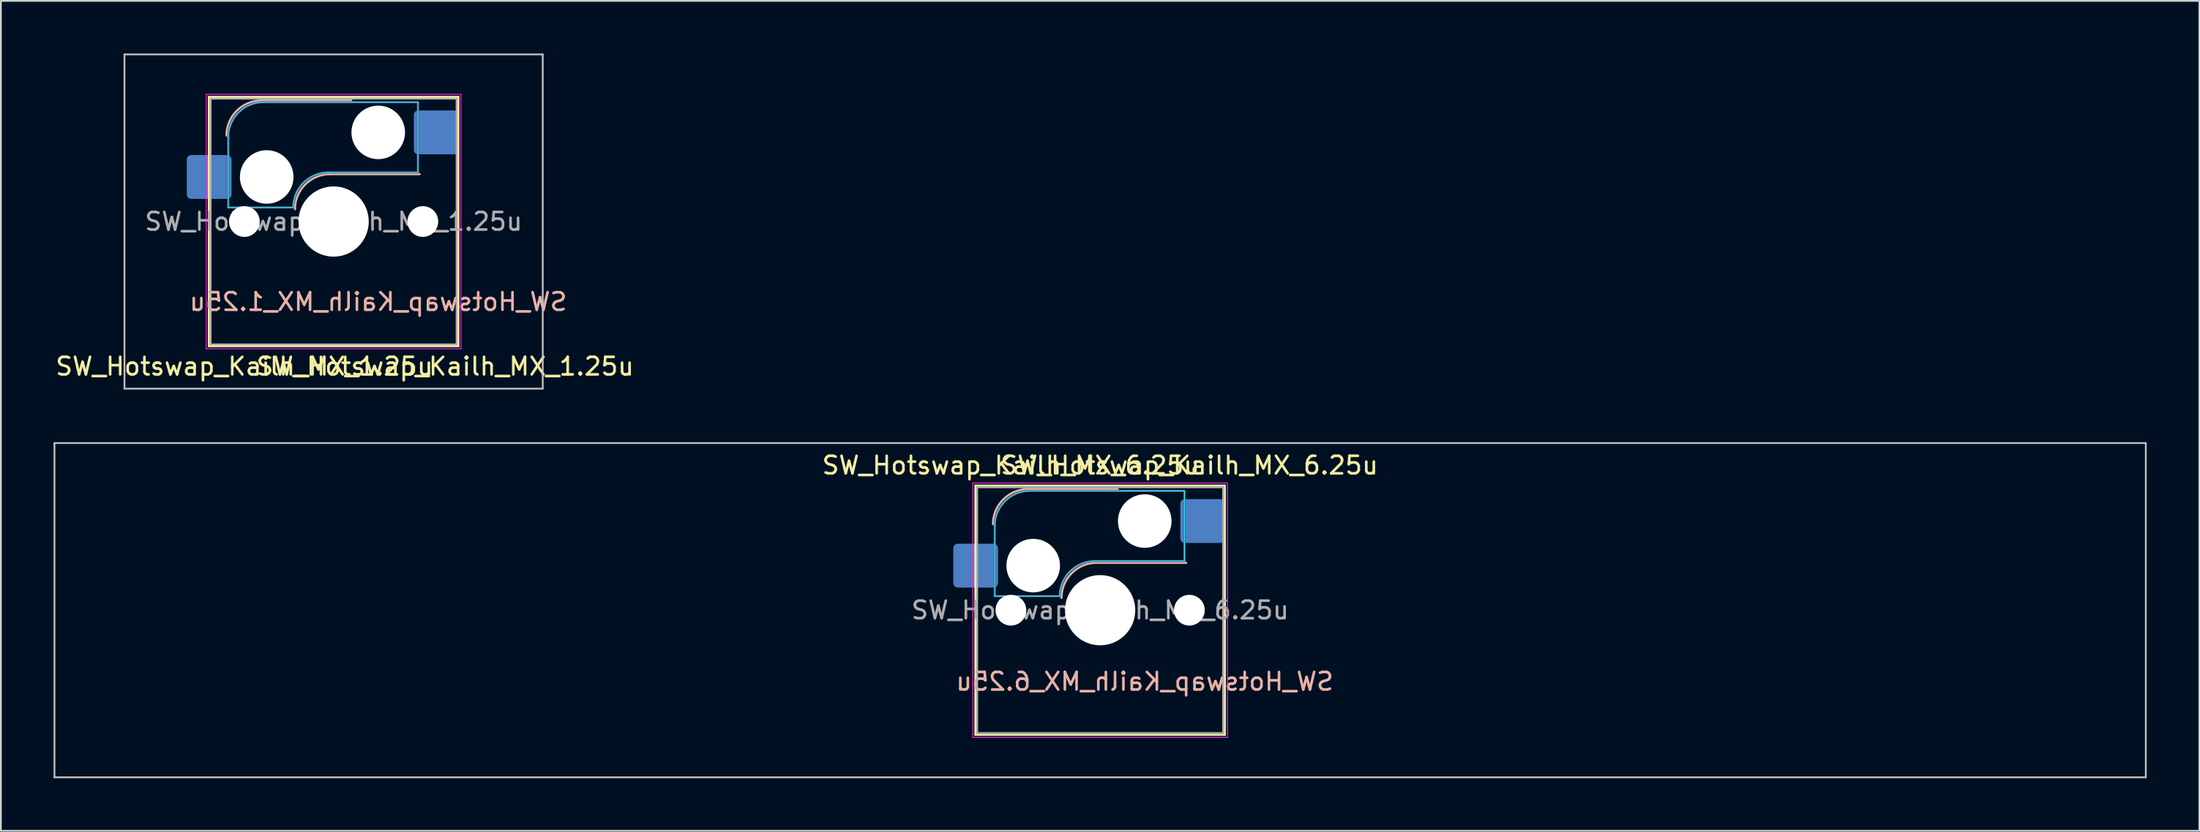
<source format=kicad_pcb>
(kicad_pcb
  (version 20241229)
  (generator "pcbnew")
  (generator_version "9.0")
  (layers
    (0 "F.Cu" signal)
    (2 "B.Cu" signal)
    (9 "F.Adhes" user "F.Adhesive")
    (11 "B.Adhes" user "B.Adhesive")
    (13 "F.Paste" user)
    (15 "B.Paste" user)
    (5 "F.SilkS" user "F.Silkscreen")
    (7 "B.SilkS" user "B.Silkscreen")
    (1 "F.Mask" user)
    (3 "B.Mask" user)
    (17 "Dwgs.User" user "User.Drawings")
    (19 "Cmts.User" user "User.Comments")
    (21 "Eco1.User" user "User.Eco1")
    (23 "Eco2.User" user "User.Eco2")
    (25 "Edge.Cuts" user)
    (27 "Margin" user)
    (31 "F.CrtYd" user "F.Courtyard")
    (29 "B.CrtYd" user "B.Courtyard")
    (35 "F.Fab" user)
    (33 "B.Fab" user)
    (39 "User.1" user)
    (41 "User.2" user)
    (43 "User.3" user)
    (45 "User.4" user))
  (footprint "SW_Hotswap_Kailh_MX_6.25u"
    (layer "F.Cu")
    (at 59.581 31.725)
    (property "Reference" "SW_Hotswap_Kailh_MX_6.25u" (at -5.08 -8.255 0) (layer "F.SilkS") (effects (font (size 1 1) (thickness 0.15))))
    (property "Value" "SW_Hotswap_Kailh_MX_6.25u" (at -2.54 4.064 0) (layer "B.SilkS") (hide yes) (effects (font (size 1 1) (thickness 0.15)) (justify mirror)))
    (attr smd)
    (fp_line (start -7.1 -7.1) (end -7.1 7.1) (stroke (width 0.12) (type solid)) (layer "F.SilkS"))
    (fp_line (start -7.1 7.1) (end 7.1 7.1) (stroke (width 0.12) (type solid)) (layer "F.SilkS"))
    (fp_line (start 7.1 -7.1) (end -7.1 -7.1) (stroke (width 0.12) (type solid)) (layer "F.SilkS"))
    (fp_line (start 7.1 7.1) (end 7.1 -7.1) (stroke (width 0.12) (type solid)) (layer "F.SilkS"))
    (fp_line (start -4.1 -6.9) (end 1 -6.9) (stroke (width 0.12) (type solid)) (layer "B.SilkS"))
    (fp_line (start -0.2 -2.7) (end 4.9 -2.7) (stroke (width 0.12) (type solid)) (layer "B.SilkS"))
    (fp_arc (start -6.1 -4.9) (mid -5.514214 -6.314214) (end -4.1 -6.9) (stroke (width 0.12) (type solid)) (layer "B.SilkS"))
    (fp_arc (start -2.2 -0.7) (mid -1.614214 -2.114214) (end -0.2 -2.7) (stroke (width 0.12) (type solid)) (layer "B.SilkS"))
    (fp_line (start -59.531 -9.525) (end -59.531 9.525) (stroke (width 0.1) (type solid)) (layer "Dwgs.User"))
    (fp_line (start -59.531 9.525) (end 59.531 9.525) (stroke (width 0.1) (type solid)) (layer "Dwgs.User"))
    (fp_line (start 59.531 -9.525) (end -59.531 -9.525) (stroke (width 0.1) (type solid)) (layer "Dwgs.User"))
    (fp_line (start 59.531 9.525) (end 59.531 -9.525) (stroke (width 0.1) (type solid)) (layer "Dwgs.User"))
    (fp_line (start -7.8 -6) (end -7 -6) (stroke (width 0.1) (type solid)) (layer "Eco1.User"))
    (fp_line (start -7.8 -2.9) (end -7.8 -6) (stroke (width 0.1) (type solid)) (layer "Eco1.User"))
    (fp_line (start -7.8 2.9) (end -7 2.9) (stroke (width 0.1) (type solid)) (layer "Eco1.User"))
    (fp_line (start -7.8 6) (end -7.8 2.9) (stroke (width 0.1) (type solid)) (layer "Eco1.User"))
    (fp_line (start -7 -7) (end 7 -7) (stroke (width 0.1) (type solid)) (layer "Eco1.User"))
    (fp_line (start -7 -6) (end -7 -7) (stroke (width 0.1) (type solid)) (layer "Eco1.User"))
    (fp_line (start -7 -2.9) (end -7.8 -2.9) (stroke (width 0.1) (type solid)) (layer "Eco1.User"))
    (fp_line (start -7 2.9) (end -7 -2.9) (stroke (width 0.1) (type solid)) (layer "Eco1.User"))
    (fp_line (start -7 6) (end -7.8 6) (stroke (width 0.1) (type solid)) (layer "Eco1.User"))
    (fp_line (start -7 7) (end -7 6) (stroke (width 0.1) (type solid)) (layer "Eco1.User"))
    (fp_line (start 7 -7) (end 7 -6) (stroke (width 0.1) (type solid)) (layer "Eco1.User"))
    (fp_line (start 7 -6) (end 7.8 -6) (stroke (width 0.1) (type solid)) (layer "Eco1.User"))
    (fp_line (start 7 -2.9) (end 7 2.9) (stroke (width 0.1) (type solid)) (layer "Eco1.User"))
    (fp_line (start 7 2.9) (end 7.8 2.9) (stroke (width 0.1) (type solid)) (layer "Eco1.User"))
    (fp_line (start 7 6) (end 7 7) (stroke (width 0.1) (type solid)) (layer "Eco1.User"))
    (fp_line (start 7 7) (end -7 7) (stroke (width 0.1) (type solid)) (layer "Eco1.User"))
    (fp_line (start 7.8 -6) (end 7.8 -2.9) (stroke (width 0.1) (type solid)) (layer "Eco1.User"))
    (fp_line (start 7.8 -2.9) (end 7 -2.9) (stroke (width 0.1) (type solid)) (layer "Eco1.User"))
    (fp_line (start 7.8 2.9) (end 7.8 6) (stroke (width 0.1) (type solid)) (layer "Eco1.User"))
    (fp_line (start 7.8 6) (end 7 6) (stroke (width 0.1) (type solid)) (layer "Eco1.User"))
    (fp_line (start -6 -0.8) (end -6 -4.8) (stroke (width 0.05) (type solid)) (layer "B.CrtYd"))
    (fp_line (start -6 -0.8) (end -2.3 -0.8) (stroke (width 0.05) (type solid)) (layer "B.CrtYd"))
    (fp_line (start -4 -6.8) (end 4.8 -6.8) (stroke (width 0.05) (type solid)) (layer "B.CrtYd"))
    (fp_line (start -0.3 -2.8) (end 4.8 -2.8) (stroke (width 0.05) (type solid)) (layer "B.CrtYd"))
    (fp_line (start 4.8 -6.8) (end 4.8 -2.8) (stroke (width 0.05) (type solid)) (layer "B.CrtYd"))
    (fp_arc (start -6 -4.8) (mid -5.414214 -6.214214) (end -4 -6.8) (stroke (width 0.05) (type solid)) (layer "B.CrtYd"))
    (fp_arc (start -2.3 -0.8) (mid -1.714214 -2.214214) (end -0.3 -2.8) (stroke (width 0.05) (type solid)) (layer "B.CrtYd"))
    (fp_line (start -7.25 -7.25) (end -7.25 7.25) (stroke (width 0.05) (type solid)) (layer "F.CrtYd"))
    (fp_line (start -7.25 7.25) (end 7.25 7.25) (stroke (width 0.05) (type solid)) (layer "F.CrtYd"))
    (fp_line (start 7.25 -7.25) (end -7.25 -7.25) (stroke (width 0.05) (type solid)) (layer "F.CrtYd"))
    (fp_line (start 7.25 7.25) (end 7.25 -7.25) (stroke (width 0.05) (type solid)) (layer "F.CrtYd"))
    (fp_line (start -6 -0.8) (end -6 -4.8) (stroke (width 0.12) (type solid)) (layer "B.Fab"))
    (fp_line (start -6 -0.8) (end -2.3 -0.8) (stroke (width 0.12) (type solid)) (layer "B.Fab"))
    (fp_line (start -4 -6.8) (end 4.8 -6.8) (stroke (width 0.12) (type solid)) (layer "B.Fab"))
    (fp_line (start -0.3 -2.8) (end 4.8 -2.8) (stroke (width 0.12) (type solid)) (layer "B.Fab"))
    (fp_line (start 4.8 -6.8) (end 4.8 -2.8) (stroke (width 0.12) (type solid)) (layer "B.Fab"))
    (fp_arc (start -6 -4.8) (mid -5.414214 -6.214214) (end -4 -6.8) (stroke (width 0.12) (type solid)) (layer "B.Fab"))
    (fp_arc (start -2.3 -0.8) (mid -1.714214 -2.214214) (end -0.3 -2.8) (stroke (width 0.12) (type solid)) (layer "B.Fab"))
    (fp_line (start -7 -7) (end -7 7) (stroke (width 0.1) (type solid)) (layer "F.Fab"))
    (fp_line (start -7 7) (end 7 7) (stroke (width 0.1) (type solid)) (layer "F.Fab"))
    (fp_line (start 7 -7) (end -7 -7) (stroke (width 0.1) (type solid)) (layer "F.Fab"))
    (fp_line (start 7 7) (end 7 -7) (stroke (width 0.1) (type solid)) (layer "F.Fab"))
    (fp_text user "${VALUE}" (at 5.08 -8.255 0) (layer "F.SilkS") (effects (font (size 1 1) (thickness 0.15))))
    (fp_text user "${REFERENCE}" (at 2.54 4.064 0) (layer "B.SilkS") (effects (font (size 1 1) (thickness 0.15)) (justify mirror)))
    (fp_text user "${REFERENCE}" (at 0 0 0) (layer "F.Fab") (effects (font (size 1 1) (thickness 0.15))))
    (pad "" np_thru_hole circle (at -5.08 0) (size 1.75 1.75) (drill 1.75) (layers "*.Cu" "*.Mask"))
    (pad "" np_thru_hole circle (at -3.81 -2.54) (size 3.05 3.05) (drill 3.05) (layers "*.Cu" "*.Mask"))
    (pad "" np_thru_hole circle (at 0 0) (size 4 4) (drill 4) (layers "*.Cu" "*.Mask"))
    (pad "" np_thru_hole circle (at 2.54 -5.08) (size 3.05 3.05) (drill 3.05) (layers "*.Cu" "*.Mask"))
    (pad "" np_thru_hole circle (at 5.08 0) (size 1.75 1.75) (drill 1.75) (layers "*.Cu" "*.Mask"))
    (pad "1" smd roundrect (at -7.085 -2.54) (size 2.55 2.5) (layers "B.Cu" "B.Mask" "B.Paste") (roundrect_rratio 0.1))
    (pad "2" smd roundrect (at 5.842 -5.08) (size 2.55 2.5) (layers "B.Cu" "B.Mask" "B.Paste") (roundrect_rratio 0.1)))
  (footprint "SW_Hotswap_Kailh_MX_1.25u"
    (layer "F.Cu")
    (at 15.943 9.575)
    (property "Reference" "SW_Hotswap_Kailh_MX_1.25u" (at -5.08 8.255 0) (layer "F.SilkS") (effects (font (size 1 1) (thickness 0.15))))
    (property "Value" "SW_Hotswap_Kailh_MX_1.25u" (at -2.54 4.572 0) (layer "B.SilkS") (hide yes) (effects (font (size 1 1) (thickness 0.15)) (justify mirror)))
    (attr smd)
    (fp_line (start -7.1 -7.1) (end -7.1 7.1) (stroke (width 0.12) (type solid)) (layer "F.SilkS"))
    (fp_line (start -7.1 7.1) (end 7.1 7.1) (stroke (width 0.12) (type solid)) (layer "F.SilkS"))
    (fp_line (start 7.1 -7.1) (end -7.1 -7.1) (stroke (width 0.12) (type solid)) (layer "F.SilkS"))
    (fp_line (start 7.1 7.1) (end 7.1 -7.1) (stroke (width 0.12) (type solid)) (layer "F.SilkS"))
    (fp_line (start -4.1 -6.9) (end 1 -6.9) (stroke (width 0.12) (type solid)) (layer "B.SilkS"))
    (fp_line (start -0.2 -2.7) (end 4.9 -2.7) (stroke (width 0.12) (type solid)) (layer "B.SilkS"))
    (fp_arc (start -6.1 -4.9) (mid -5.514214 -6.314214) (end -4.1 -6.9) (stroke (width 0.12) (type solid)) (layer "B.SilkS"))
    (fp_arc (start -2.2 -0.7) (mid -1.614214 -2.114214) (end -0.2 -2.7) (stroke (width 0.12) (type solid)) (layer "B.SilkS"))
    (fp_line (start -11.906 -9.525) (end -11.906 9.525) (stroke (width 0.1) (type solid)) (layer "Dwgs.User"))
    (fp_line (start -11.906 9.525) (end 11.906 9.525) (stroke (width 0.1) (type solid)) (layer "Dwgs.User"))
    (fp_line (start 11.906 -9.525) (end -11.906 -9.525) (stroke (width 0.1) (type solid)) (layer "Dwgs.User"))
    (fp_line (start 11.906 9.525) (end 11.906 -9.525) (stroke (width 0.1) (type solid)) (layer "Dwgs.User"))
    (fp_line (start -7.8 -6) (end -7 -6) (stroke (width 0.1) (type solid)) (layer "Eco1.User"))
    (fp_line (start -7.8 -2.9) (end -7.8 -6) (stroke (width 0.1) (type solid)) (layer "Eco1.User"))
    (fp_line (start -7.8 2.9) (end -7 2.9) (stroke (width 0.1) (type solid)) (layer "Eco1.User"))
    (fp_line (start -7.8 6) (end -7.8 2.9) (stroke (width 0.1) (type solid)) (layer "Eco1.User"))
    (fp_line (start -7 -7) (end 7 -7) (stroke (width 0.1) (type solid)) (layer "Eco1.User"))
    (fp_line (start -7 -6) (end -7 -7) (stroke (width 0.1) (type solid)) (layer "Eco1.User"))
    (fp_line (start -7 -2.9) (end -7.8 -2.9) (stroke (width 0.1) (type solid)) (layer "Eco1.User"))
    (fp_line (start -7 2.9) (end -7 -2.9) (stroke (width 0.1) (type solid)) (layer "Eco1.User"))
    (fp_line (start -7 6) (end -7.8 6) (stroke (width 0.1) (type solid)) (layer "Eco1.User"))
    (fp_line (start -7 7) (end -7 6) (stroke (width 0.1) (type solid)) (layer "Eco1.User"))
    (fp_line (start 7 -7) (end 7 -6) (stroke (width 0.1) (type solid)) (layer "Eco1.User"))
    (fp_line (start 7 -6) (end 7.8 -6) (stroke (width 0.1) (type solid)) (layer "Eco1.User"))
    (fp_line (start 7 -2.9) (end 7 2.9) (stroke (width 0.1) (type solid)) (layer "Eco1.User"))
    (fp_line (start 7 2.9) (end 7.8 2.9) (stroke (width 0.1) (type solid)) (layer "Eco1.User"))
    (fp_line (start 7 6) (end 7 7) (stroke (width 0.1) (type solid)) (layer "Eco1.User"))
    (fp_line (start 7 7) (end -7 7) (stroke (width 0.1) (type solid)) (layer "Eco1.User"))
    (fp_line (start 7.8 -6) (end 7.8 -2.9) (stroke (width 0.1) (type solid)) (layer "Eco1.User"))
    (fp_line (start 7.8 -2.9) (end 7 -2.9) (stroke (width 0.1) (type solid)) (layer "Eco1.User"))
    (fp_line (start 7.8 2.9) (end 7.8 6) (stroke (width 0.1) (type solid)) (layer "Eco1.User"))
    (fp_line (start 7.8 6) (end 7 6) (stroke (width 0.1) (type solid)) (layer "Eco1.User"))
    (fp_line (start -6 -0.8) (end -6 -4.8) (stroke (width 0.05) (type solid)) (layer "B.CrtYd"))
    (fp_line (start -6 -0.8) (end -2.3 -0.8) (stroke (width 0.05) (type solid)) (layer "B.CrtYd"))
    (fp_line (start -4 -6.8) (end 4.8 -6.8) (stroke (width 0.05) (type solid)) (layer "B.CrtYd"))
    (fp_line (start -0.3 -2.8) (end 4.8 -2.8) (stroke (width 0.05) (type solid)) (layer "B.CrtYd"))
    (fp_line (start 4.8 -6.8) (end 4.8 -2.8) (stroke (width 0.05) (type solid)) (layer "B.CrtYd"))
    (fp_arc (start -6 -4.8) (mid -5.414214 -6.214214) (end -4 -6.8) (stroke (width 0.05) (type solid)) (layer "B.CrtYd"))
    (fp_arc (start -2.3 -0.8) (mid -1.714214 -2.214214) (end -0.3 -2.8) (stroke (width 0.05) (type solid)) (layer "B.CrtYd"))
    (fp_line (start -7.25 -7.25) (end -7.25 7.25) (stroke (width 0.05) (type solid)) (layer "F.CrtYd"))
    (fp_line (start -7.25 7.25) (end 7.25 7.25) (stroke (width 0.05) (type solid)) (layer "F.CrtYd"))
    (fp_line (start 7.25 -7.25) (end -7.25 -7.25) (stroke (width 0.05) (type solid)) (layer "F.CrtYd"))
    (fp_line (start 7.25 7.25) (end 7.25 -7.25) (stroke (width 0.05) (type solid)) (layer "F.CrtYd"))
    (fp_line (start -6 -0.8) (end -6 -4.8) (stroke (width 0.12) (type solid)) (layer "B.Fab"))
    (fp_line (start -6 -0.8) (end -2.3 -0.8) (stroke (width 0.12) (type solid)) (layer "B.Fab"))
    (fp_line (start -4 -6.8) (end 4.8 -6.8) (stroke (width 0.12) (type solid)) (layer "B.Fab"))
    (fp_line (start -0.3 -2.8) (end 4.8 -2.8) (stroke (width 0.12) (type solid)) (layer "B.Fab"))
    (fp_line (start 4.8 -6.8) (end 4.8 -2.8) (stroke (width 0.12) (type solid)) (layer "B.Fab"))
    (fp_arc (start -6 -4.8) (mid -5.414214 -6.214214) (end -4 -6.8) (stroke (width 0.12) (type solid)) (layer "B.Fab"))
    (fp_arc (start -2.3 -0.8) (mid -1.714214 -2.214214) (end -0.3 -2.8) (stroke (width 0.12) (type solid)) (layer "B.Fab"))
    (fp_line (start -7 -7) (end -7 7) (stroke (width 0.1) (type solid)) (layer "F.Fab"))
    (fp_line (start -7 7) (end 7 7) (stroke (width 0.1) (type solid)) (layer "F.Fab"))
    (fp_line (start 7 -7) (end -7 -7) (stroke (width 0.1) (type solid)) (layer "F.Fab"))
    (fp_line (start 7 7) (end 7 -7) (stroke (width 0.1) (type solid)) (layer "F.Fab"))
    (fp_text user "${VALUE}" (at 6.35 8.255 0) (layer "F.SilkS") (effects (font (size 1 1) (thickness 0.15))))
    (fp_text user "${REFERENCE}" (at 2.54 4.572 0) (layer "B.SilkS") (effects (font (size 1 1) (thickness 0.15)) (justify mirror)))
    (fp_text user "${REFERENCE}" (at 0 0 0) (layer "F.Fab") (effects (font (size 1 1) (thickness 0.15))))
    (pad "" np_thru_hole circle (at -5.08 0) (size 1.75 1.75) (drill 1.75) (layers "*.Cu" "*.Mask"))
    (pad "" np_thru_hole circle (at -3.81 -2.54) (size 3.05 3.05) (drill 3.05) (layers "*.Cu" "*.Mask"))
    (pad "" np_thru_hole circle (at 0 0) (size 4 4) (drill 4) (layers "*.Cu" "*.Mask"))
    (pad "" np_thru_hole circle (at 2.54 -5.08) (size 3.05 3.05) (drill 3.05) (layers "*.Cu" "*.Mask"))
    (pad "" np_thru_hole circle (at 5.08 0) (size 1.75 1.75) (drill 1.75) (layers "*.Cu" "*.Mask"))
    (pad "1" smd roundrect (at -7.085 -2.54) (size 2.55 2.5) (layers "B.Cu" "B.Mask" "B.Paste") (roundrect_rratio 0.1))
    (pad "2" smd roundrect (at 5.842 -5.08) (size 2.55 2.5) (layers "B.Cu" "B.Mask" "B.Paste") (roundrect_rratio 0.1)))
  (gr_rect
    (start -3 -3)
    (end 122.162 44.3)
    (stroke (width 0.1) (type default))
    (fill no)
    (layer "Edge.Cuts")))
</source>
